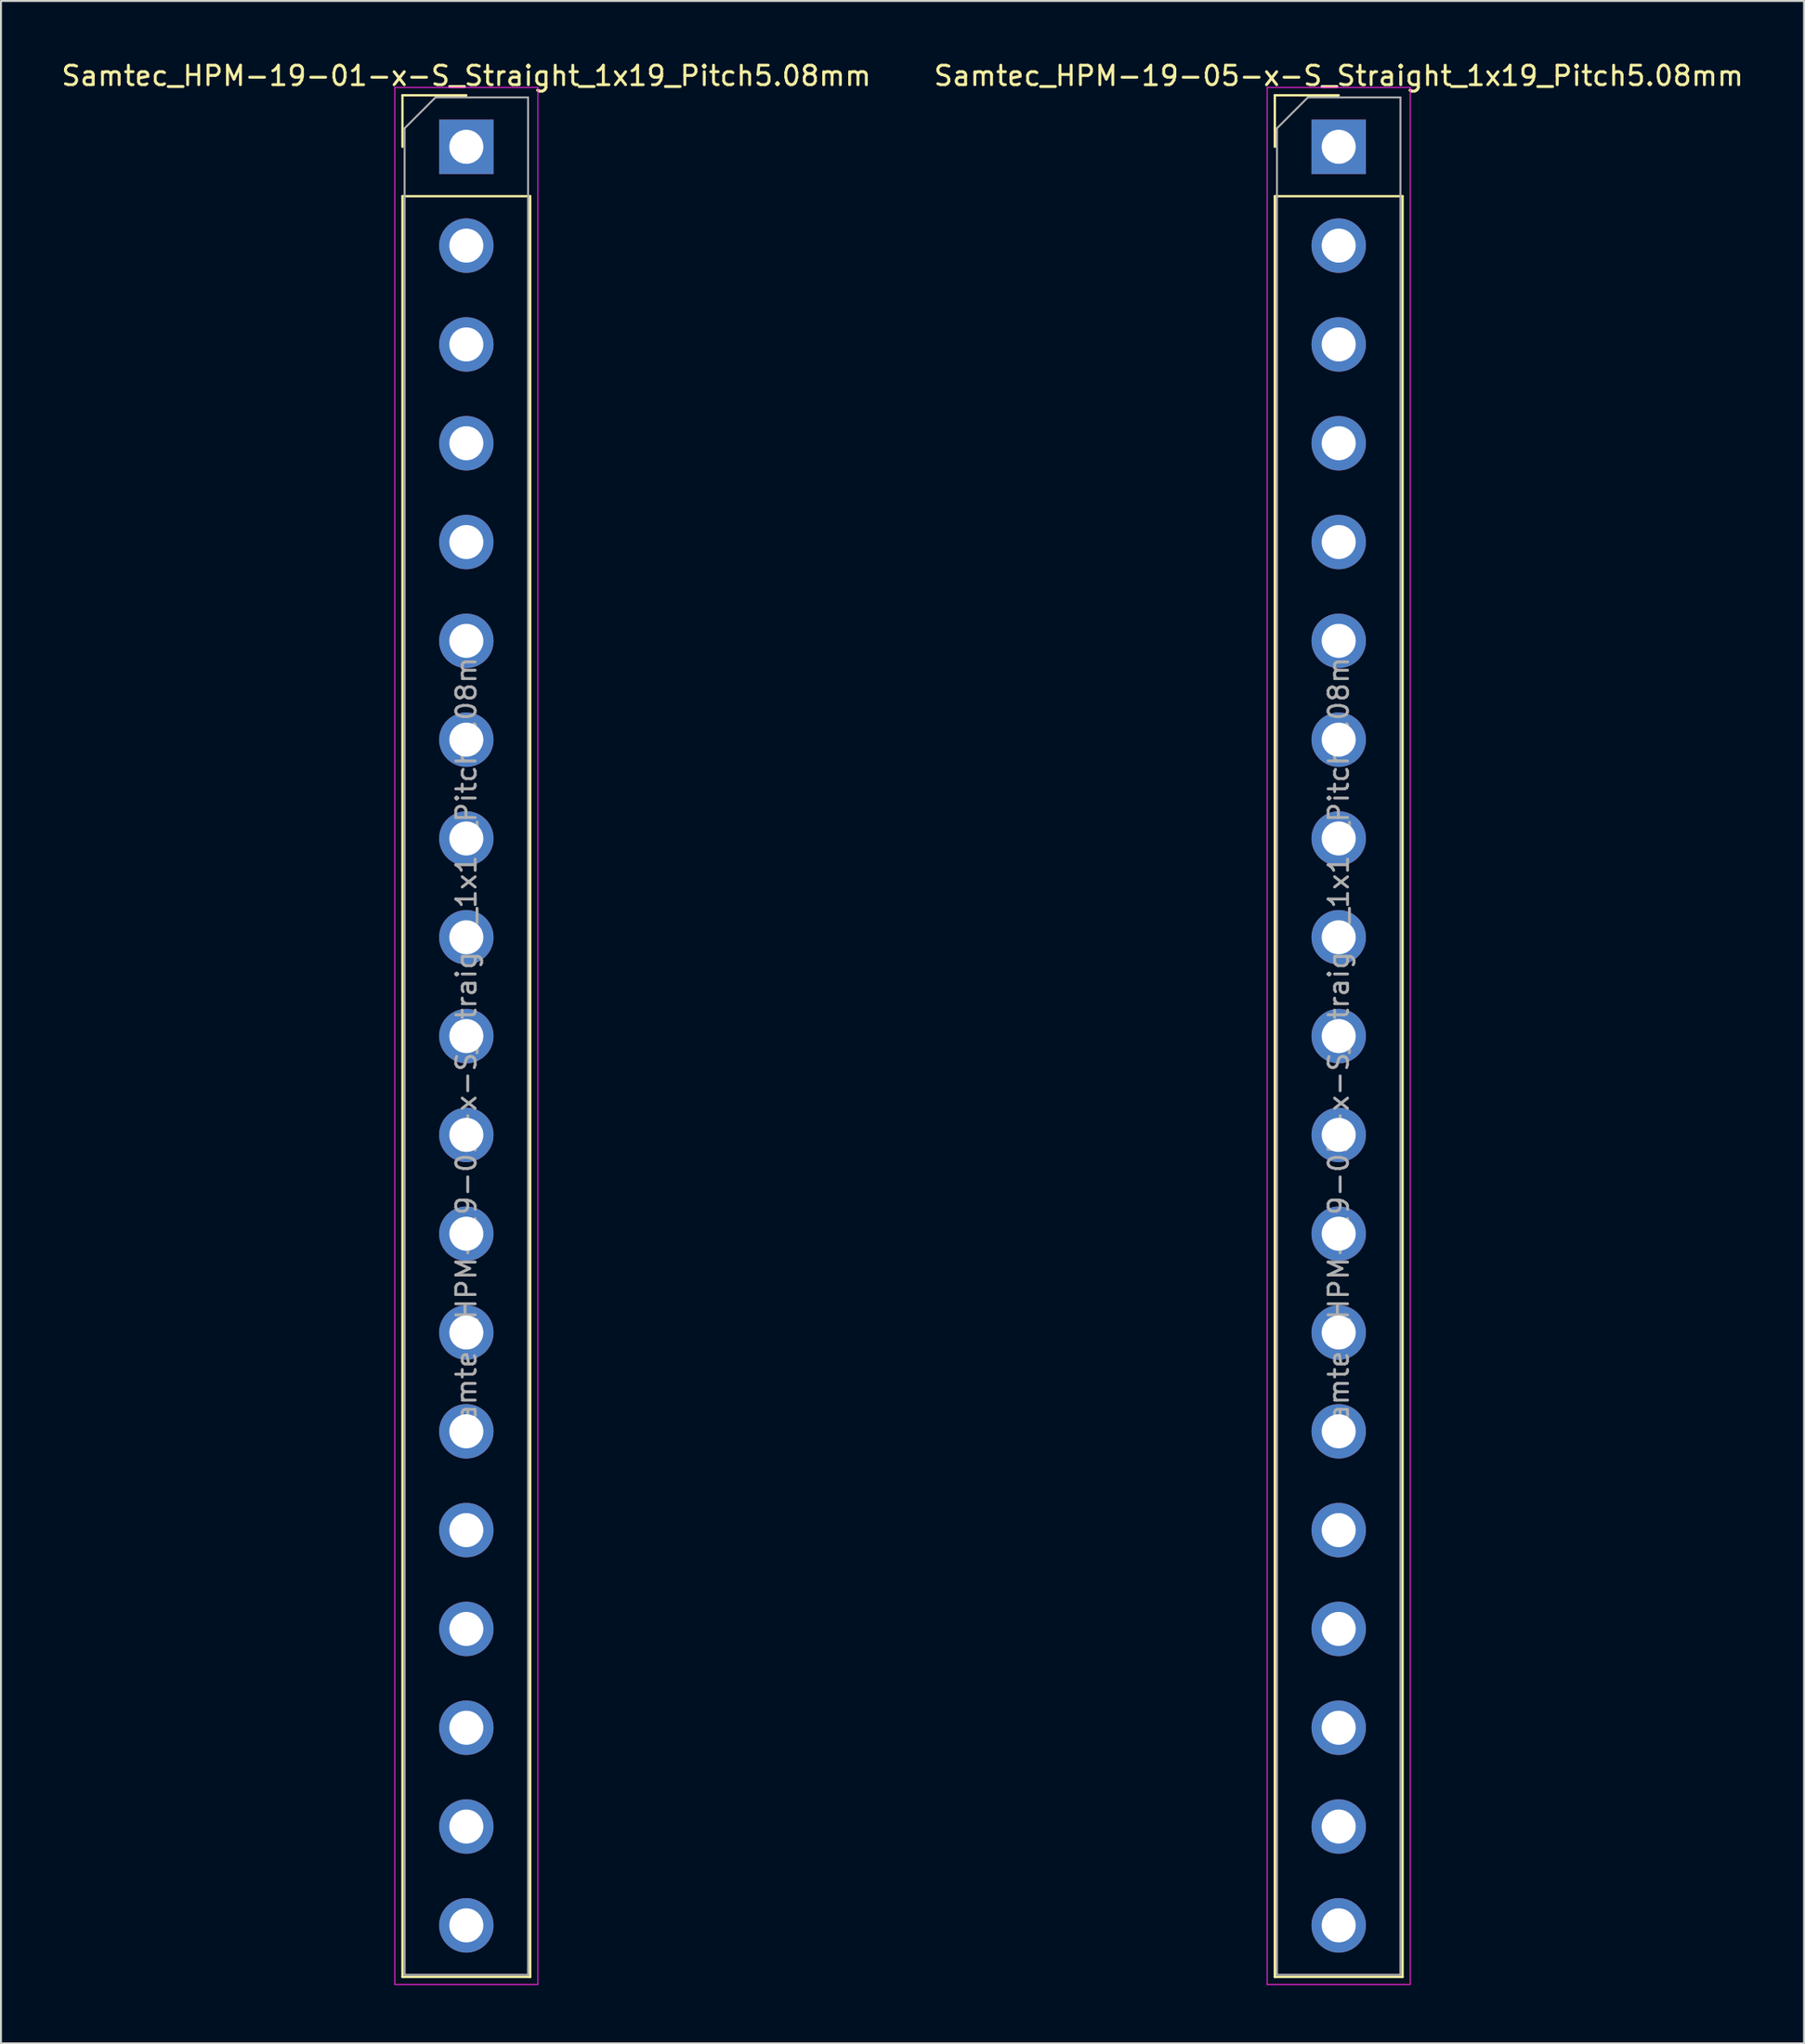
<source format=kicad_pcb>
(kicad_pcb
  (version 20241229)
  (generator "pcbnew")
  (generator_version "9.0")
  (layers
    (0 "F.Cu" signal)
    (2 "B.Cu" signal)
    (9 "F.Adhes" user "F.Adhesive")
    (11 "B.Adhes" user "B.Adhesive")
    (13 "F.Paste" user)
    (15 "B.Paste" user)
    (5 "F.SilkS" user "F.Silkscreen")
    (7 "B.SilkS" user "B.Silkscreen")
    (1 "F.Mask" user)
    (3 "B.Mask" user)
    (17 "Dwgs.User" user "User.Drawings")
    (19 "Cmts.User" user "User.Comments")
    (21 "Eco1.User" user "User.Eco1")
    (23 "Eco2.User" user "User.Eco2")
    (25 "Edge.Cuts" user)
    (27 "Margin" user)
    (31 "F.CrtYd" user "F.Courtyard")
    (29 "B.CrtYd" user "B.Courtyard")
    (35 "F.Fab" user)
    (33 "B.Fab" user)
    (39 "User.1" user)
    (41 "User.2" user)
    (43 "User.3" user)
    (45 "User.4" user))
  (footprint "Samtec_HPM-19-01-x-S_Straight_1x19_Pitch5.08mm"
    (layer "F.Cu")
    (at 20.935 4.498)
    (property "Reference" "Samtec_HPM-19-01-x-S_Straight_1x19_Pitch5.08mm" (at 0 -3.65 0) (layer "F.SilkS") (effects (font (size 1 1) (thickness 0.15))))
    (attr through_hole)
    (fp_line (start -3.285 -2.65) (end 0 -2.65) (stroke (width 0.12) (type solid)) (layer "F.SilkS"))
    (fp_line (start -3.285 0) (end -3.285 -2.65) (stroke (width 0.12) (type solid)) (layer "F.SilkS"))
    (fp_line (start -3.285 2.54) (end -3.285 94.09) (stroke (width 0.12) (type solid)) (layer "F.SilkS"))
    (fp_line (start -3.285 2.54) (end 3.285 2.54) (stroke (width 0.12) (type solid)) (layer "F.SilkS"))
    (fp_line (start -3.285 94.09) (end 3.285 94.09) (stroke (width 0.12) (type solid)) (layer "F.SilkS"))
    (fp_line (start 3.285 2.54) (end 3.285 94.09) (stroke (width 0.12) (type solid)) (layer "F.SilkS"))
    (fp_line (start -3.68 -3.05) (end -3.68 94.48) (stroke (width 0.05) (type solid)) (layer "F.CrtYd"))
    (fp_line (start -3.68 94.48) (end 3.68 94.48) (stroke (width 0.05) (type solid)) (layer "F.CrtYd"))
    (fp_line (start 3.68 -3.05) (end -3.68 -3.05) (stroke (width 0.05) (type solid)) (layer "F.CrtYd"))
    (fp_line (start 3.68 94.48) (end 3.68 -3.05) (stroke (width 0.05) (type solid)) (layer "F.CrtYd"))
    (fp_line (start -3.175 -0.953) (end -1.587 -2.54) (stroke (width 0.1) (type solid)) (layer "F.Fab"))
    (fp_line (start -3.175 93.98) (end -3.175 -0.953) (stroke (width 0.1) (type solid)) (layer "F.Fab"))
    (fp_line (start -1.587 -2.54) (end 3.175 -2.54) (stroke (width 0.1) (type solid)) (layer "F.Fab"))
    (fp_line (start 3.175 -2.54) (end 3.175 93.98) (stroke (width 0.1) (type solid)) (layer "F.Fab"))
    (fp_line (start 3.175 93.98) (end -3.175 93.98) (stroke (width 0.1) (type solid)) (layer "F.Fab"))
    (fp_text user "${REFERENCE}" (at 0 45.72 90) (layer "F.Fab") (effects (font (size 1 1) (thickness 0.15))))
    (pad "1" thru_hole rect (at 0 0) (size 2.8 2.8) (drill 1.75) (layers "*.Cu" "*.Mask"))
    (pad "2" thru_hole circle (at 0 5.08) (size 2.8 2.8) (drill 1.75) (layers "*.Cu" "*.Mask"))
    (pad "3" thru_hole circle (at 0 10.16) (size 2.8 2.8) (drill 1.75) (layers "*.Cu" "*.Mask"))
    (pad "4" thru_hole circle (at 0 15.24) (size 2.8 2.8) (drill 1.75) (layers "*.Cu" "*.Mask"))
    (pad "5" thru_hole circle (at 0 20.32) (size 2.8 2.8) (drill 1.75) (layers "*.Cu" "*.Mask"))
    (pad "6" thru_hole circle (at 0 25.4) (size 2.8 2.8) (drill 1.75) (layers "*.Cu" "*.Mask"))
    (pad "7" thru_hole circle (at 0 30.48) (size 2.8 2.8) (drill 1.75) (layers "*.Cu" "*.Mask"))
    (pad "8" thru_hole circle (at 0 35.56) (size 2.8 2.8) (drill 1.75) (layers "*.Cu" "*.Mask"))
    (pad "9" thru_hole circle (at 0 40.64) (size 2.8 2.8) (drill 1.75) (layers "*.Cu" "*.Mask"))
    (pad "10" thru_hole circle (at 0 45.72) (size 2.8 2.8) (drill 1.75) (layers "*.Cu" "*.Mask"))
    (pad "11" thru_hole circle (at 0 50.8) (size 2.8 2.8) (drill 1.75) (layers "*.Cu" "*.Mask"))
    (pad "12" thru_hole circle (at 0 55.88) (size 2.8 2.8) (drill 1.75) (layers "*.Cu" "*.Mask"))
    (pad "13" thru_hole circle (at 0 60.96) (size 2.8 2.8) (drill 1.75) (layers "*.Cu" "*.Mask"))
    (pad "14" thru_hole circle (at 0 66.04) (size 2.8 2.8) (drill 1.75) (layers "*.Cu" "*.Mask"))
    (pad "15" thru_hole circle (at 0 71.12) (size 2.8 2.8) (drill 1.75) (layers "*.Cu" "*.Mask"))
    (pad "16" thru_hole circle (at 0 76.2) (size 2.8 2.8) (drill 1.75) (layers "*.Cu" "*.Mask"))
    (pad "17" thru_hole circle (at 0 81.28) (size 2.8 2.8) (drill 1.75) (layers "*.Cu" "*.Mask"))
    (pad "18" thru_hole circle (at 0 86.36) (size 2.8 2.8) (drill 1.75) (layers "*.Cu" "*.Mask"))
    (pad "19" thru_hole circle (at 0 91.44) (size 2.8 2.8) (drill 1.75) (layers "*.Cu" "*.Mask")))
  (footprint "Samtec_HPM-19-05-x-S_Straight_1x19_Pitch5.08mm"
    (layer "F.Cu")
    (at 65.804 4.498)
    (property "Reference" "Samtec_HPM-19-05-x-S_Straight_1x19_Pitch5.08mm" (at 0 -3.65 0) (layer "F.SilkS") (effects (font (size 1 1) (thickness 0.15))))
    (attr through_hole)
    (fp_line (start -3.285 -2.65) (end 0 -2.65) (stroke (width 0.12) (type solid)) (layer "F.SilkS"))
    (fp_line (start -3.285 0) (end -3.285 -2.65) (stroke (width 0.12) (type solid)) (layer "F.SilkS"))
    (fp_line (start -3.285 2.54) (end -3.285 94.09) (stroke (width 0.12) (type solid)) (layer "F.SilkS"))
    (fp_line (start -3.285 2.54) (end 3.285 2.54) (stroke (width 0.12) (type solid)) (layer "F.SilkS"))
    (fp_line (start -3.285 94.09) (end 3.285 94.09) (stroke (width 0.12) (type solid)) (layer "F.SilkS"))
    (fp_line (start 3.285 2.54) (end 3.285 94.09) (stroke (width 0.12) (type solid)) (layer "F.SilkS"))
    (fp_line (start -3.68 -3.05) (end -3.68 94.48) (stroke (width 0.05) (type solid)) (layer "F.CrtYd"))
    (fp_line (start -3.68 94.48) (end 3.68 94.48) (stroke (width 0.05) (type solid)) (layer "F.CrtYd"))
    (fp_line (start 3.68 -3.05) (end -3.68 -3.05) (stroke (width 0.05) (type solid)) (layer "F.CrtYd"))
    (fp_line (start 3.68 94.48) (end 3.68 -3.05) (stroke (width 0.05) (type solid)) (layer "F.CrtYd"))
    (fp_line (start -3.175 -0.953) (end -1.587 -2.54) (stroke (width 0.1) (type solid)) (layer "F.Fab"))
    (fp_line (start -3.175 93.98) (end -3.175 -0.953) (stroke (width 0.1) (type solid)) (layer "F.Fab"))
    (fp_line (start -1.587 -2.54) (end 3.175 -2.54) (stroke (width 0.1) (type solid)) (layer "F.Fab"))
    (fp_line (start 3.175 -2.54) (end 3.175 93.98) (stroke (width 0.1) (type solid)) (layer "F.Fab"))
    (fp_line (start 3.175 93.98) (end -3.175 93.98) (stroke (width 0.1) (type solid)) (layer "F.Fab"))
    (fp_text user "${REFERENCE}" (at 0 45.72 90) (layer "F.Fab") (effects (font (size 1 1) (thickness 0.15))))
    (pad "1" thru_hole rect (at 0 0) (size 2.8 2.8) (drill 1.75) (layers "*.Cu" "*.Mask"))
    (pad "2" thru_hole circle (at 0 5.08) (size 2.8 2.8) (drill 1.75) (layers "*.Cu" "*.Mask"))
    (pad "3" thru_hole circle (at 0 10.16) (size 2.8 2.8) (drill 1.75) (layers "*.Cu" "*.Mask"))
    (pad "4" thru_hole circle (at 0 15.24) (size 2.8 2.8) (drill 1.75) (layers "*.Cu" "*.Mask"))
    (pad "5" thru_hole circle (at 0 20.32) (size 2.8 2.8) (drill 1.75) (layers "*.Cu" "*.Mask"))
    (pad "6" thru_hole circle (at 0 25.4) (size 2.8 2.8) (drill 1.75) (layers "*.Cu" "*.Mask"))
    (pad "7" thru_hole circle (at 0 30.48) (size 2.8 2.8) (drill 1.75) (layers "*.Cu" "*.Mask"))
    (pad "8" thru_hole circle (at 0 35.56) (size 2.8 2.8) (drill 1.75) (layers "*.Cu" "*.Mask"))
    (pad "9" thru_hole circle (at 0 40.64) (size 2.8 2.8) (drill 1.75) (layers "*.Cu" "*.Mask"))
    (pad "10" thru_hole circle (at 0 45.72) (size 2.8 2.8) (drill 1.75) (layers "*.Cu" "*.Mask"))
    (pad "11" thru_hole circle (at 0 50.8) (size 2.8 2.8) (drill 1.75) (layers "*.Cu" "*.Mask"))
    (pad "12" thru_hole circle (at 0 55.88) (size 2.8 2.8) (drill 1.75) (layers "*.Cu" "*.Mask"))
    (pad "13" thru_hole circle (at 0 60.96) (size 2.8 2.8) (drill 1.75) (layers "*.Cu" "*.Mask"))
    (pad "14" thru_hole circle (at 0 66.04) (size 2.8 2.8) (drill 1.75) (layers "*.Cu" "*.Mask"))
    (pad "15" thru_hole circle (at 0 71.12) (size 2.8 2.8) (drill 1.75) (layers "*.Cu" "*.Mask"))
    (pad "16" thru_hole circle (at 0 76.2) (size 2.8 2.8) (drill 1.75) (layers "*.Cu" "*.Mask"))
    (pad "17" thru_hole circle (at 0 81.28) (size 2.8 2.8) (drill 1.75) (layers "*.Cu" "*.Mask"))
    (pad "18" thru_hole circle (at 0 86.36) (size 2.8 2.8) (drill 1.75) (layers "*.Cu" "*.Mask"))
    (pad "19" thru_hole circle (at 0 91.44) (size 2.8 2.8) (drill 1.75) (layers "*.Cu" "*.Mask")))
  (gr_rect
    (start -3 -3)
    (end 89.738 102.003)
    (stroke (width 0.1) (type default))
    (fill no)
    (layer "Edge.Cuts")))
</source>
